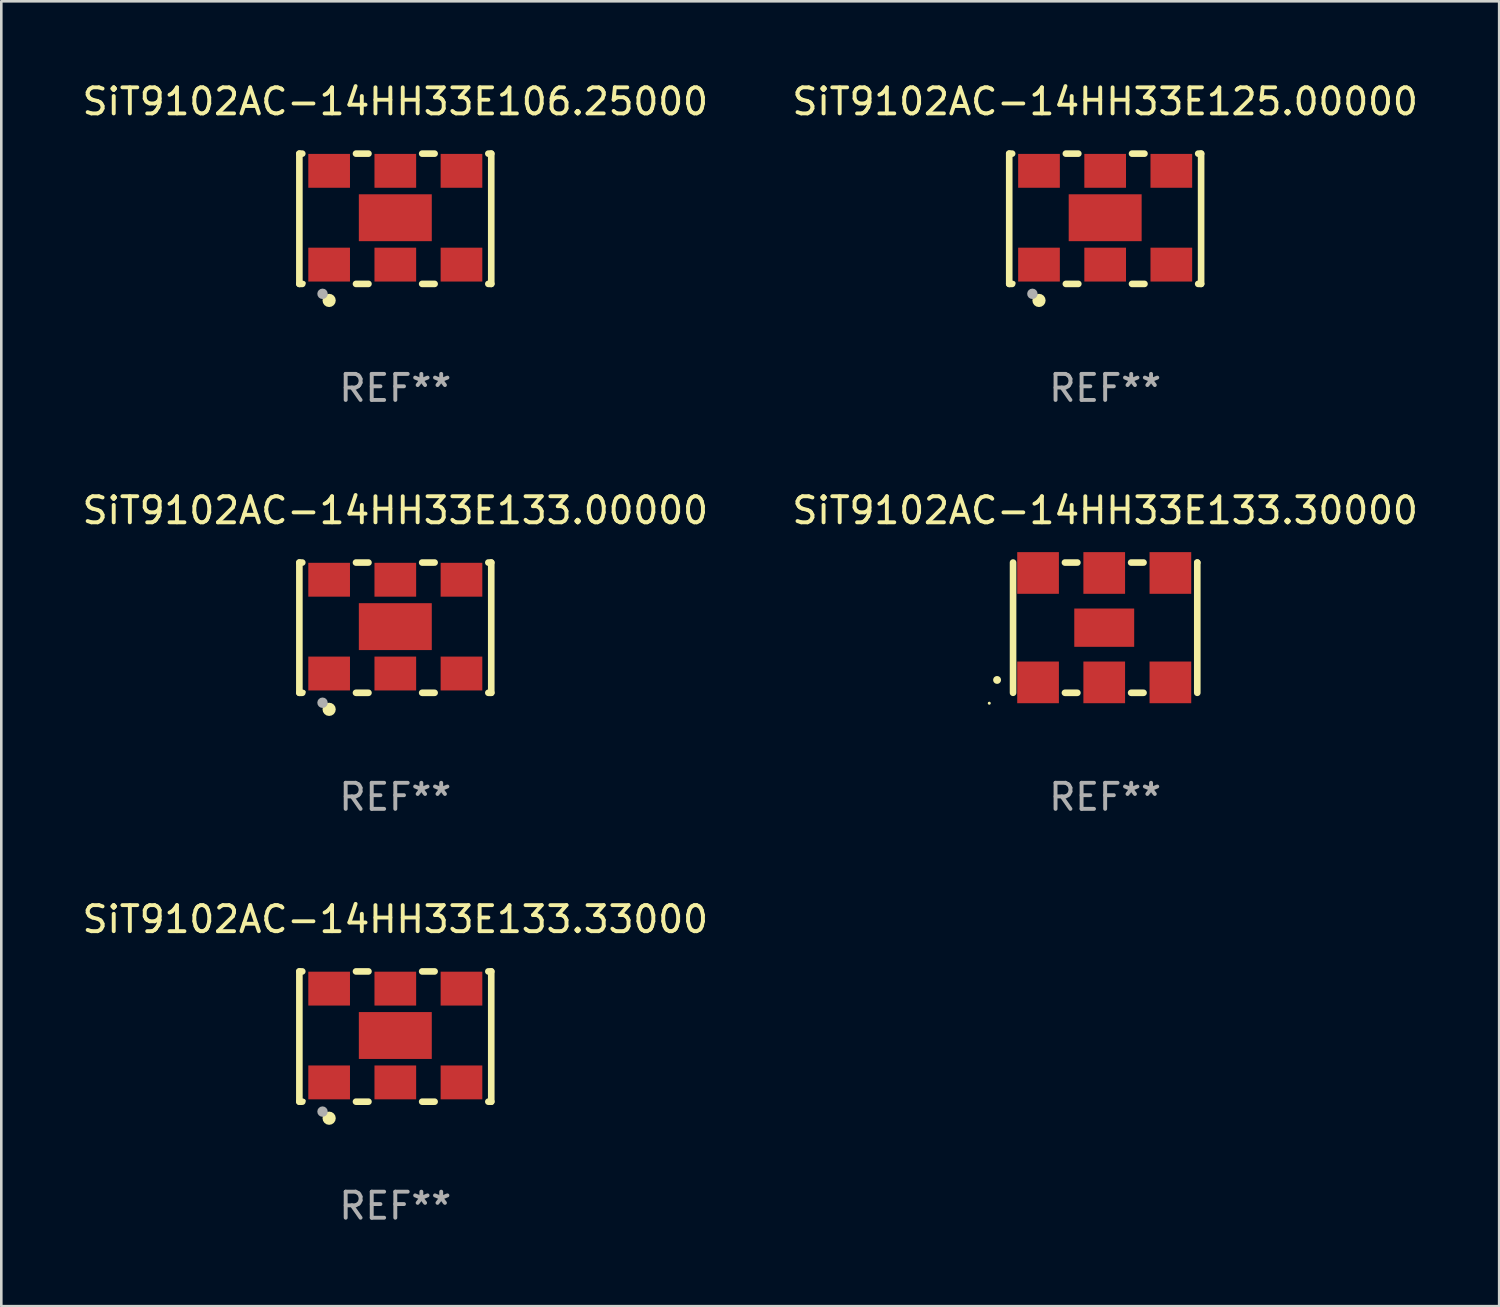
<source format=kicad_pcb>
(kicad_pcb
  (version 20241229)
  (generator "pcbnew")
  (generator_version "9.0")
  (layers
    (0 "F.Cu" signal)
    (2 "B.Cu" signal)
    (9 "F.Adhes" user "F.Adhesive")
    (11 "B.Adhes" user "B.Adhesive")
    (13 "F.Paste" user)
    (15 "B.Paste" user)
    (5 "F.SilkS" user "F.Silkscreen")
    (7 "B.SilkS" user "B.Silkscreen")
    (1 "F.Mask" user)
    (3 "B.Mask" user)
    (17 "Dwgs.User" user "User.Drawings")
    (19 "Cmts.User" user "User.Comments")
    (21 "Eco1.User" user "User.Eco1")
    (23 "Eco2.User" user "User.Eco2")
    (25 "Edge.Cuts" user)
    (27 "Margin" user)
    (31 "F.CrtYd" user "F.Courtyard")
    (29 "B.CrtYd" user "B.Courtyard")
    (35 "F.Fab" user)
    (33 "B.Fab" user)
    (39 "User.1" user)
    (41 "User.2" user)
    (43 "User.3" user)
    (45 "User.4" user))
  (footprint "SiT9102AC-14HH33E133.33000"
    (layer "F.Cu")
    (at 12.125 36.741)
    (property "Reference" "SiT9102AC-14HH33E133.33000" (at 0 -4.5 0) (layer "F.SilkS") (effects (font (size 1 1) (thickness 0.15))))
    (attr through_hole)
    (fp_line (start -3.683 -2.5) (end -3.571 -2.5) (stroke (width 0.254) (type solid)) (layer "F.SilkS"))
    (fp_line (start -3.683 2.5) (end -3.683 -2.5) (stroke (width 0.254) (type solid)) (layer "F.SilkS"))
    (fp_line (start -3.683 2.5) (end -3.571 2.5) (stroke (width 0.254) (type solid)) (layer "F.SilkS"))
    (fp_line (start -1.509 -2.5) (end -1.031 -2.5) (stroke (width 0.254) (type solid)) (layer "F.SilkS"))
    (fp_line (start -1.509 2.5) (end -1.031 2.5) (stroke (width 0.254) (type solid)) (layer "F.SilkS"))
    (fp_line (start 1.031 -2.5) (end 1.509 -2.5) (stroke (width 0.254) (type solid)) (layer "F.SilkS"))
    (fp_line (start 1.031 2.5) (end 1.509 2.5) (stroke (width 0.254) (type solid)) (layer "F.SilkS"))
    (fp_line (start 3.571 -2.5) (end 3.683 -2.5) (stroke (width 0.254) (type solid)) (layer "F.SilkS"))
    (fp_line (start 3.571 2.5) (end 3.683 2.5) (stroke (width 0.254) (type solid)) (layer "F.SilkS"))
    (fp_line (start 3.683 2.5) (end 3.683 -2.5) (stroke (width 0.254) (type solid)) (layer "F.SilkS"))
    (fp_circle (center -3.5 2.46) (end -3.47 2.46) (stroke (width 0.06) (type solid)) (fill no) (layer "F.SilkS"))
    (fp_circle (center -2.54 3.135) (end -2.413 3.135) (stroke (width 0.254) (type solid)) (fill no) (layer "F.SilkS"))
    (fp_circle (center -2.794 2.881) (end -2.694 2.881) (stroke (width 0.2) (type solid)) (fill no) (layer "F.Fab"))
    (fp_text user "REF**" (at 0 6.5 0) (layer "F.Fab") (effects (font (size 1 1) (thickness 0.15))))
    (pad "1" smd rect (at -2.54 1.76) (size 1.6 1.3) (layers "F.Cu" "F.Mask" "F.Paste"))
    (pad "2" smd rect (at 0 1.76) (size 1.6 1.3) (layers "F.Cu" "F.Mask" "F.Paste"))
    (pad "3" smd rect (at 2.54 1.76) (size 1.6 1.3) (layers "F.Cu" "F.Mask" "F.Paste"))
    (pad "4" smd rect (at 2.54 -1.84) (size 1.6 1.3) (layers "F.Cu" "F.Mask" "F.Paste"))
    (pad "5" smd rect (at 0 -1.84) (size 1.6 1.3) (layers "F.Cu" "F.Mask" "F.Paste"))
    (pad "6" smd rect (at -2.54 -1.84) (size 1.6 1.3) (layers "F.Cu" "F.Mask" "F.Paste"))
    (pad "7" smd rect (at 0 -0.04) (size 2.8 1.8) (layers "F.Cu" "F.Mask" "F.Paste")))
  (footprint "SiT9102AC-14HH33E133.30000"
    (layer "F.Cu")
    (at 39.375 21.045)
    (property "Reference" "SiT9102AC-14HH33E133.30000" (at 0 -4.5 0) (layer "F.SilkS") (effects (font (size 1 1) (thickness 0.15))))
    (attr through_hole)
    (fp_line (start -3.536 -2.5) (end -3.536 2.5) (stroke (width 0.254) (type solid)) (layer "F.SilkS"))
    (fp_line (start -1.544 2.5) (end -1.067 2.5) (stroke (width 0.254) (type solid)) (layer "F.SilkS"))
    (fp_line (start -1.067 -2.5) (end -1.544 -2.5) (stroke (width 0.254) (type solid)) (layer "F.SilkS"))
    (fp_line (start 0.996 2.5) (end 1.473 2.5) (stroke (width 0.254) (type solid)) (layer "F.SilkS"))
    (fp_line (start 1.473 -2.5) (end 0.996 -2.5) (stroke (width 0.254) (type solid)) (layer "F.SilkS"))
    (fp_line (start 3.536 -2.5) (end 3.536 -2.5) (stroke (width 0.254) (type solid)) (layer "F.SilkS"))
    (fp_line (start 3.536 2.5) (end 3.536 -2.5) (stroke (width 0.254) (type solid)) (layer "F.SilkS"))
    (fp_arc (start -4.150432 2.006604) (mid -4.149162 2.006599) (end -4.147892 2.006604) (stroke (width 0.3) (type solid)) (layer "F.SilkS"))
    (fp_circle (center -4.449 2.9) (end -4.419 2.9) (stroke (width 0.06) (type solid)) (fill no) (layer "F.SilkS"))
    (fp_text user "REF**" (at 0 6.5 0) (layer "F.Fab") (effects (font (size 1 1) (thickness 0.15))))
    (pad "1" smd rect (at -2.576 2.1) (size 1.6 1.6) (layers "F.Cu" "F.Mask" "F.Paste"))
    (pad "2" smd rect (at -0.036 2.1) (size 1.6 1.6) (layers "F.Cu" "F.Mask" "F.Paste"))
    (pad "3" smd rect (at 2.504 2.1) (size 1.6 1.6) (layers "F.Cu" "F.Mask" "F.Paste"))
    (pad "4" smd rect (at 2.504 -2.1) (size 1.6 1.6) (layers "F.Cu" "F.Mask" "F.Paste"))
    (pad "5" smd rect (at -0.036 -2.1) (size 1.6 1.6) (layers "F.Cu" "F.Mask" "F.Paste"))
    (pad "6" smd rect (at -2.576 -2.1) (size 1.6 1.6) (layers "F.Cu" "F.Mask" "F.Paste"))
    (pad "7" smd rect (at -0.036 0) (size 2.3 1.47) (layers "F.Cu" "F.Mask" "F.Paste")))
  (footprint "SiT9102AC-14HH33E133.00000"
    (layer "F.Cu")
    (at 12.125 21.045)
    (property "Reference" "SiT9102AC-14HH33E133.00000" (at 0 -4.5 0) (layer "F.SilkS") (effects (font (size 1 1) (thickness 0.15))))
    (attr through_hole)
    (fp_line (start -3.683 -2.5) (end -3.571 -2.5) (stroke (width 0.254) (type solid)) (layer "F.SilkS"))
    (fp_line (start -3.683 2.5) (end -3.683 -2.5) (stroke (width 0.254) (type solid)) (layer "F.SilkS"))
    (fp_line (start -3.683 2.5) (end -3.571 2.5) (stroke (width 0.254) (type solid)) (layer "F.SilkS"))
    (fp_line (start -1.509 -2.5) (end -1.031 -2.5) (stroke (width 0.254) (type solid)) (layer "F.SilkS"))
    (fp_line (start -1.509 2.5) (end -1.031 2.5) (stroke (width 0.254) (type solid)) (layer "F.SilkS"))
    (fp_line (start 1.031 -2.5) (end 1.509 -2.5) (stroke (width 0.254) (type solid)) (layer "F.SilkS"))
    (fp_line (start 1.031 2.5) (end 1.509 2.5) (stroke (width 0.254) (type solid)) (layer "F.SilkS"))
    (fp_line (start 3.571 -2.5) (end 3.683 -2.5) (stroke (width 0.254) (type solid)) (layer "F.SilkS"))
    (fp_line (start 3.571 2.5) (end 3.683 2.5) (stroke (width 0.254) (type solid)) (layer "F.SilkS"))
    (fp_line (start 3.683 2.5) (end 3.683 -2.5) (stroke (width 0.254) (type solid)) (layer "F.SilkS"))
    (fp_circle (center -3.5 2.46) (end -3.47 2.46) (stroke (width 0.06) (type solid)) (fill no) (layer "F.SilkS"))
    (fp_circle (center -2.54 3.135) (end -2.413 3.135) (stroke (width 0.254) (type solid)) (fill no) (layer "F.SilkS"))
    (fp_circle (center -2.794 2.881) (end -2.694 2.881) (stroke (width 0.2) (type solid)) (fill no) (layer "F.Fab"))
    (fp_text user "REF**" (at 0 6.5 0) (layer "F.Fab") (effects (font (size 1 1) (thickness 0.15))))
    (pad "1" smd rect (at -2.54 1.76) (size 1.6 1.3) (layers "F.Cu" "F.Mask" "F.Paste"))
    (pad "2" smd rect (at 0 1.76) (size 1.6 1.3) (layers "F.Cu" "F.Mask" "F.Paste"))
    (pad "3" smd rect (at 2.54 1.76) (size 1.6 1.3) (layers "F.Cu" "F.Mask" "F.Paste"))
    (pad "4" smd rect (at 2.54 -1.84) (size 1.6 1.3) (layers "F.Cu" "F.Mask" "F.Paste"))
    (pad "5" smd rect (at 0 -1.84) (size 1.6 1.3) (layers "F.Cu" "F.Mask" "F.Paste"))
    (pad "6" smd rect (at -2.54 -1.84) (size 1.6 1.3) (layers "F.Cu" "F.Mask" "F.Paste"))
    (pad "7" smd rect (at 0 -0.04) (size 2.8 1.8) (layers "F.Cu" "F.Mask" "F.Paste")))
  (footprint "SiT9102AC-14HH33E106.25000"
    (layer "F.Cu")
    (at 12.125 5.348)
    (property "Reference" "SiT9102AC-14HH33E106.25000" (at 0 -4.5 0) (layer "F.SilkS") (effects (font (size 1 1) (thickness 0.15))))
    (attr through_hole)
    (fp_line (start -3.683 -2.5) (end -3.571 -2.5) (stroke (width 0.254) (type solid)) (layer "F.SilkS"))
    (fp_line (start -3.683 2.5) (end -3.683 -2.5) (stroke (width 0.254) (type solid)) (layer "F.SilkS"))
    (fp_line (start -3.683 2.5) (end -3.571 2.5) (stroke (width 0.254) (type solid)) (layer "F.SilkS"))
    (fp_line (start -1.509 -2.5) (end -1.031 -2.5) (stroke (width 0.254) (type solid)) (layer "F.SilkS"))
    (fp_line (start -1.509 2.5) (end -1.031 2.5) (stroke (width 0.254) (type solid)) (layer "F.SilkS"))
    (fp_line (start 1.031 -2.5) (end 1.509 -2.5) (stroke (width 0.254) (type solid)) (layer "F.SilkS"))
    (fp_line (start 1.031 2.5) (end 1.509 2.5) (stroke (width 0.254) (type solid)) (layer "F.SilkS"))
    (fp_line (start 3.571 -2.5) (end 3.683 -2.5) (stroke (width 0.254) (type solid)) (layer "F.SilkS"))
    (fp_line (start 3.571 2.5) (end 3.683 2.5) (stroke (width 0.254) (type solid)) (layer "F.SilkS"))
    (fp_line (start 3.683 2.5) (end 3.683 -2.5) (stroke (width 0.254) (type solid)) (layer "F.SilkS"))
    (fp_circle (center -3.5 2.46) (end -3.47 2.46) (stroke (width 0.06) (type solid)) (fill no) (layer "F.SilkS"))
    (fp_circle (center -2.54 3.135) (end -2.413 3.135) (stroke (width 0.254) (type solid)) (fill no) (layer "F.SilkS"))
    (fp_circle (center -2.794 2.881) (end -2.694 2.881) (stroke (width 0.2) (type solid)) (fill no) (layer "F.Fab"))
    (fp_text user "REF**" (at 0 6.5 0) (layer "F.Fab") (effects (font (size 1 1) (thickness 0.15))))
    (pad "1" smd rect (at -2.54 1.76) (size 1.6 1.3) (layers "F.Cu" "F.Mask" "F.Paste"))
    (pad "2" smd rect (at 0 1.76) (size 1.6 1.3) (layers "F.Cu" "F.Mask" "F.Paste"))
    (pad "3" smd rect (at 2.54 1.76) (size 1.6 1.3) (layers "F.Cu" "F.Mask" "F.Paste"))
    (pad "4" smd rect (at 2.54 -1.84) (size 1.6 1.3) (layers "F.Cu" "F.Mask" "F.Paste"))
    (pad "5" smd rect (at 0 -1.84) (size 1.6 1.3) (layers "F.Cu" "F.Mask" "F.Paste"))
    (pad "6" smd rect (at -2.54 -1.84) (size 1.6 1.3) (layers "F.Cu" "F.Mask" "F.Paste"))
    (pad "7" smd rect (at 0 -0.04) (size 2.8 1.8) (layers "F.Cu" "F.Mask" "F.Paste")))
  (footprint "SiT9102AC-14HH33E125.00000"
    (layer "F.Cu")
    (at 39.375 5.348)
    (property "Reference" "SiT9102AC-14HH33E125.00000" (at 0 -4.5 0) (layer "F.SilkS") (effects (font (size 1 1) (thickness 0.15))))
    (attr through_hole)
    (fp_line (start -3.683 -2.5) (end -3.571 -2.5) (stroke (width 0.254) (type solid)) (layer "F.SilkS"))
    (fp_line (start -3.683 2.5) (end -3.683 -2.5) (stroke (width 0.254) (type solid)) (layer "F.SilkS"))
    (fp_line (start -3.683 2.5) (end -3.571 2.5) (stroke (width 0.254) (type solid)) (layer "F.SilkS"))
    (fp_line (start -1.509 -2.5) (end -1.031 -2.5) (stroke (width 0.254) (type solid)) (layer "F.SilkS"))
    (fp_line (start -1.509 2.5) (end -1.031 2.5) (stroke (width 0.254) (type solid)) (layer "F.SilkS"))
    (fp_line (start 1.031 -2.5) (end 1.509 -2.5) (stroke (width 0.254) (type solid)) (layer "F.SilkS"))
    (fp_line (start 1.031 2.5) (end 1.509 2.5) (stroke (width 0.254) (type solid)) (layer "F.SilkS"))
    (fp_line (start 3.571 -2.5) (end 3.683 -2.5) (stroke (width 0.254) (type solid)) (layer "F.SilkS"))
    (fp_line (start 3.571 2.5) (end 3.683 2.5) (stroke (width 0.254) (type solid)) (layer "F.SilkS"))
    (fp_line (start 3.683 2.5) (end 3.683 -2.5) (stroke (width 0.254) (type solid)) (layer "F.SilkS"))
    (fp_circle (center -3.5 2.46) (end -3.47 2.46) (stroke (width 0.06) (type solid)) (fill no) (layer "F.SilkS"))
    (fp_circle (center -2.54 3.135) (end -2.413 3.135) (stroke (width 0.254) (type solid)) (fill no) (layer "F.SilkS"))
    (fp_circle (center -2.794 2.881) (end -2.694 2.881) (stroke (width 0.2) (type solid)) (fill no) (layer "F.Fab"))
    (fp_text user "REF**" (at 0 6.5 0) (layer "F.Fab") (effects (font (size 1 1) (thickness 0.15))))
    (pad "1" smd rect (at -2.54 1.76) (size 1.6 1.3) (layers "F.Cu" "F.Mask" "F.Paste"))
    (pad "2" smd rect (at 0 1.76) (size 1.6 1.3) (layers "F.Cu" "F.Mask" "F.Paste"))
    (pad "3" smd rect (at 2.54 1.76) (size 1.6 1.3) (layers "F.Cu" "F.Mask" "F.Paste"))
    (pad "4" smd rect (at 2.54 -1.84) (size 1.6 1.3) (layers "F.Cu" "F.Mask" "F.Paste"))
    (pad "5" smd rect (at 0 -1.84) (size 1.6 1.3) (layers "F.Cu" "F.Mask" "F.Paste"))
    (pad "6" smd rect (at -2.54 -1.84) (size 1.6 1.3) (layers "F.Cu" "F.Mask" "F.Paste"))
    (pad "7" smd rect (at 0 -0.04) (size 2.8 1.8) (layers "F.Cu" "F.Mask" "F.Paste")))
  (gr_rect
    (start -3 -3)
    (end 54.5 47.09)
    (stroke (width 0.1) (type default))
    (fill no)
    (layer "Edge.Cuts")))
</source>
